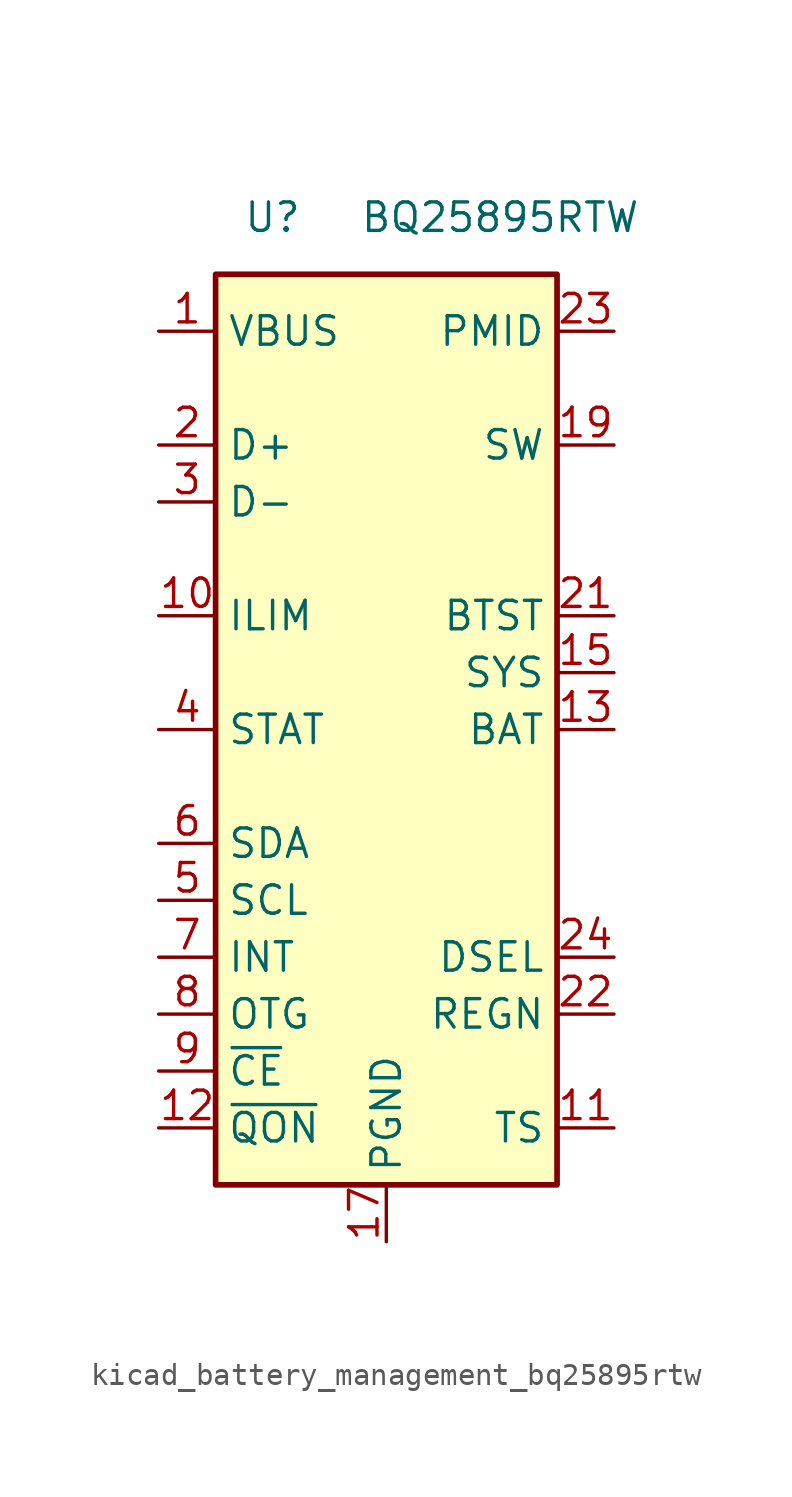
<source format=kicad_sym>
(kicad_symbol_lib
  (version 20220914)
  (generator kicad_symbol_editor)
  (symbol "kicad_battery_management_bq25895rtw"
    (property "Reference" "U"
      (at -5.08 22.86 0)
      (effects (font (size 1.27 1.27))))
    (property "Value" "BQ25895RTW"
      (at 5.08 22.86 0)
      (effects (font (size 1.27 1.27))))
    (symbol "kicad_battery_management_bq25895rtw_0_1"
      (rectangle (start -7.62 20.32) (end 7.62 -20.32) (stroke (width 0.254) (type default)) (fill (type background))))
    (symbol "kicad_battery_management_bq25895rtw_1_1"
      (pin power_in line (at -10.16 17.78 0) (length 2.54) (name "VBUS" (effects (font (size 1.27 1.27)))) (number "1" (effects (font (size 1.27 1.27)))))
      (pin passive line (at -10.16 5.08 0) (length 2.54) (name "ILIM" (effects (font (size 1.27 1.27)))) (number "10" (effects (font (size 1.27 1.27)))))
      (pin passive line (at 10.16 -17.78 180) (length 2.54) (name "TS" (effects (font (size 1.27 1.27)))) (number "11" (effects (font (size 1.27 1.27)))))
      (pin input line (at -10.16 -17.78 0) (length 2.54) (name "~{QON}" (effects (font (size 1.27 1.27)))) (number "12" (effects (font (size 1.27 1.27)))))
      (pin passive line (at 10.16 0 180) (length 2.54) (name "BAT" (effects (font (size 1.27 1.27)))) (number "13" (effects (font (size 1.27 1.27)))))
      (pin passive line (at 10.16 0 180) (length 2.54) hide (name "BAT" (effects (font (size 1.27 1.27)))) (number "14" (effects (font (size 1.27 1.27)))))
      (pin passive line (at 10.16 2.54 180) (length 2.54) (name "SYS" (effects (font (size 1.27 1.27)))) (number "15" (effects (font (size 1.27 1.27)))))
      (pin passive line (at 10.16 2.54 180) (length 2.54) hide (name "SYS" (effects (font (size 1.27 1.27)))) (number "16" (effects (font (size 1.27 1.27)))))
      (pin power_in line (at 0 -22.86 90) (length 2.54) (name "PGND" (effects (font (size 1.27 1.27)))) (number "17" (effects (font (size 1.27 1.27)))))
      (pin passive line (at 0 -22.86 90) (length 2.54) hide (name "PGND" (effects (font (size 1.27 1.27)))) (number "18" (effects (font (size 1.27 1.27)))))
      (pin power_out line (at 10.16 12.7 180) (length 2.54) (name "SW" (effects (font (size 1.27 1.27)))) (number "19" (effects (font (size 1.27 1.27)))))
      (pin bidirectional line (at -10.16 12.7 0) (length 2.54) (name "D+" (effects (font (size 1.27 1.27)))) (number "2" (effects (font (size 1.27 1.27)))))
      (pin passive line (at 10.16 12.7 180) (length 2.54) hide (name "SW" (effects (font (size 1.27 1.27)))) (number "20" (effects (font (size 1.27 1.27)))))
      (pin passive line (at 10.16 5.08 180) (length 2.54) (name "BTST" (effects (font (size 1.27 1.27)))) (number "21" (effects (font (size 1.27 1.27)))))
      (pin passive line (at 10.16 -12.7 180) (length 2.54) (name "REGN" (effects (font (size 1.27 1.27)))) (number "22" (effects (font (size 1.27 1.27)))))
      (pin power_out line (at 10.16 17.78 180) (length 2.54) (name "PMID" (effects (font (size 1.27 1.27)))) (number "23" (effects (font (size 1.27 1.27)))))
      (pin open_collector line (at 10.16 -10.16 180) (length 2.54) (name "DSEL" (effects (font (size 1.27 1.27)))) (number "24" (effects (font (size 1.27 1.27)))))
      (pin passive line (at 0 -22.86 90) (length 2.54) hide (name "PGND" (effects (font (size 1.27 1.27)))) (number "25" (effects (font (size 1.27 1.27)))))
      (pin bidirectional line (at -10.16 10.16 0) (length 2.54) (name "D-" (effects (font (size 1.27 1.27)))) (number "3" (effects (font (size 1.27 1.27)))))
      (pin open_collector line (at -10.16 0 0) (length 2.54) (name "STAT" (effects (font (size 1.27 1.27)))) (number "4" (effects (font (size 1.27 1.27)))))
      (pin input line (at -10.16 -7.62 0) (length 2.54) (name "SCL" (effects (font (size 1.27 1.27)))) (number "5" (effects (font (size 1.27 1.27)))))
      (pin bidirectional line (at -10.16 -5.08 0) (length 2.54) (name "SDA" (effects (font (size 1.27 1.27)))) (number "6" (effects (font (size 1.27 1.27)))))
      (pin open_collector line (at -10.16 -10.16 0) (length 2.54) (name "INT" (effects (font (size 1.27 1.27)))) (number "7" (effects (font (size 1.27 1.27)))))
      (pin input line (at -10.16 -12.7 0) (length 2.54) (name "OTG" (effects (font (size 1.27 1.27)))) (number "8" (effects (font (size 1.27 1.27)))))
      (pin input line (at -10.16 -15.24 0) (length 2.54) (name "~{CE}" (effects (font (size 1.27 1.27)))) (number "9" (effects (font (size 1.27 1.27))))))))
</source>
